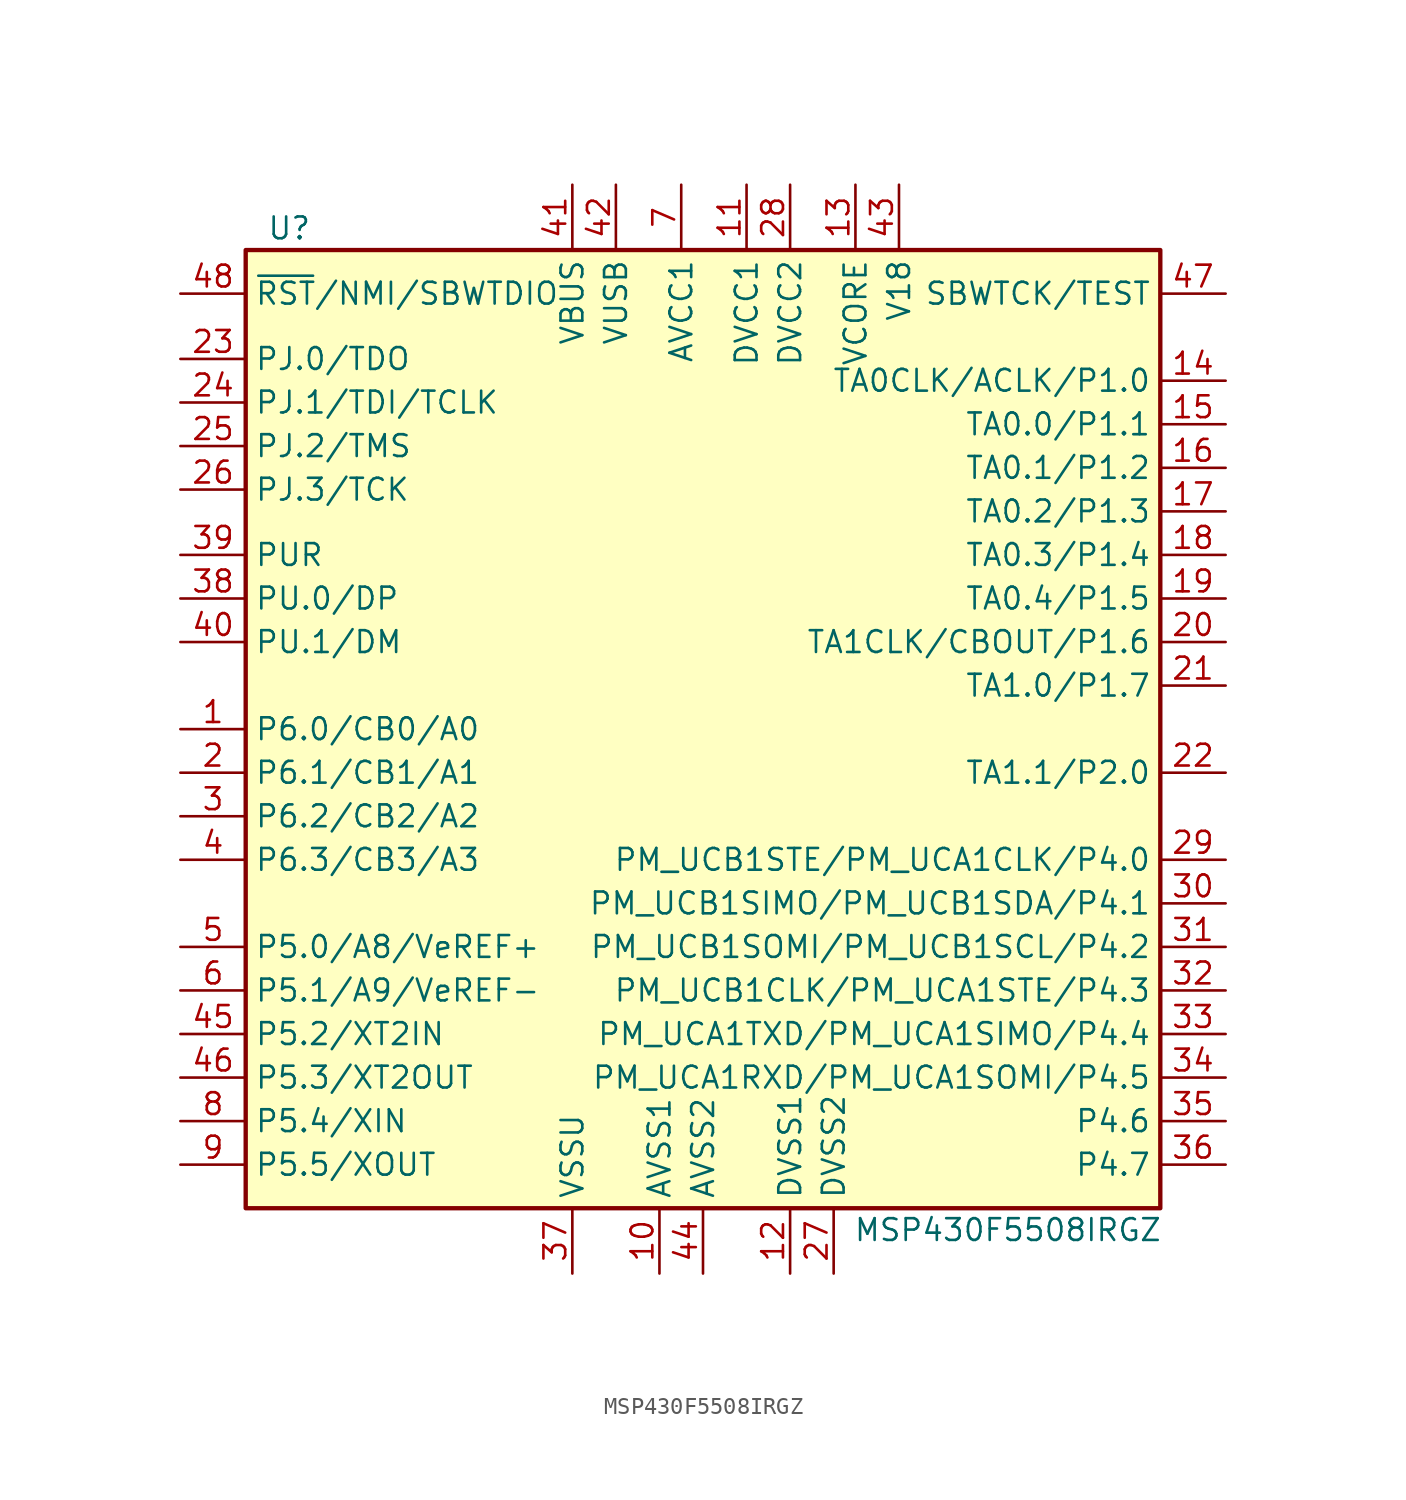
<source format=kicad_sym>
(kicad_symbol_lib
  (version 20201005)
  (generator kicad_symbol_editor)
  (symbol "MCU_Texas_MSP430:MSP430F5508IRGZ"
    (property "Reference" "U"
      (at -22.86 29.21 0)
      (effects (font (size 1.27 1.27))))
    (property "Value" "MSP430F5508IRGZ"
      (at 19.05 -29.21 0)
      (effects (font (size 1.27 1.27))))
    (symbol "MSP430F5508IRGZ_0_1"
      (rectangle (start -25.4 27.94) (end 27.94 -27.94) (stroke (width 0.254)) (fill (type background))))
    (symbol "MSP430F5508IRGZ_1_1"
      (pin bidirectional line (at -29.21 0 0) (length 3.81) (name "P6.0/CB0/A0" (effects (font (size 1.27 1.27)))) (number "1" (effects (font (size 1.27 1.27)))))
      (pin power_in line (at -1.27 -31.75 90) (length 3.81) (name "AVSS1" (effects (font (size 1.27 1.27)))) (number "10" (effects (font (size 1.27 1.27)))))
      (pin power_in line (at 3.81 31.75 270) (length 3.81) (name "DVCC1" (effects (font (size 1.27 1.27)))) (number "11" (effects (font (size 1.27 1.27)))))
      (pin power_in line (at 6.35 -31.75 90) (length 3.81) (name "DVSS1" (effects (font (size 1.27 1.27)))) (number "12" (effects (font (size 1.27 1.27)))))
      (pin passive line (at 10.16 31.75 270) (length 3.81) (name "VCORE" (effects (font (size 1.27 1.27)))) (number "13" (effects (font (size 1.27 1.27)))))
      (pin bidirectional line (at 31.75 20.32 180) (length 3.81) (name "TA0CLK/ACLK/P1.0" (effects (font (size 1.27 1.27)))) (number "14" (effects (font (size 1.27 1.27)))))
      (pin bidirectional line (at 31.75 17.78 180) (length 3.81) (name "TA0.0/P1.1" (effects (font (size 1.27 1.27)))) (number "15" (effects (font (size 1.27 1.27)))))
      (pin bidirectional line (at 31.75 15.24 180) (length 3.81) (name "TA0.1/P1.2" (effects (font (size 1.27 1.27)))) (number "16" (effects (font (size 1.27 1.27)))))
      (pin bidirectional line (at 31.75 12.7 180) (length 3.81) (name "TA0.2/P1.3" (effects (font (size 1.27 1.27)))) (number "17" (effects (font (size 1.27 1.27)))))
      (pin bidirectional line (at 31.75 10.16 180) (length 3.81) (name "TA0.3/P1.4" (effects (font (size 1.27 1.27)))) (number "18" (effects (font (size 1.27 1.27)))))
      (pin bidirectional line (at 31.75 7.62 180) (length 3.81) (name "TA0.4/P1.5" (effects (font (size 1.27 1.27)))) (number "19" (effects (font (size 1.27 1.27)))))
      (pin bidirectional line (at -29.21 -2.54 0) (length 3.81) (name "P6.1/CB1/A1" (effects (font (size 1.27 1.27)))) (number "2" (effects (font (size 1.27 1.27)))))
      (pin bidirectional line (at 31.75 5.08 180) (length 3.81) (name "TA1CLK/CBOUT/P1.6" (effects (font (size 1.27 1.27)))) (number "20" (effects (font (size 1.27 1.27)))))
      (pin bidirectional line (at 31.75 2.54 180) (length 3.81) (name "TA1.0/P1.7" (effects (font (size 1.27 1.27)))) (number "21" (effects (font (size 1.27 1.27)))))
      (pin bidirectional line (at 31.75 -2.54 180) (length 3.81) (name "TA1.1/P2.0" (effects (font (size 1.27 1.27)))) (number "22" (effects (font (size 1.27 1.27)))))
      (pin bidirectional line (at -29.21 21.59 0) (length 3.81) (name "PJ.0/TDO" (effects (font (size 1.27 1.27)))) (number "23" (effects (font (size 1.27 1.27)))))
      (pin bidirectional line (at -29.21 19.05 0) (length 3.81) (name "PJ.1/TDI/TCLK" (effects (font (size 1.27 1.27)))) (number "24" (effects (font (size 1.27 1.27)))))
      (pin bidirectional line (at -29.21 16.51 0) (length 3.81) (name "PJ.2/TMS" (effects (font (size 1.27 1.27)))) (number "25" (effects (font (size 1.27 1.27)))))
      (pin bidirectional line (at -29.21 13.97 0) (length 3.81) (name "PJ.3/TCK" (effects (font (size 1.27 1.27)))) (number "26" (effects (font (size 1.27 1.27)))))
      (pin power_in line (at 8.89 -31.75 90) (length 3.81) (name "DVSS2" (effects (font (size 1.27 1.27)))) (number "27" (effects (font (size 1.27 1.27)))))
      (pin power_in line (at 6.35 31.75 270) (length 3.81) (name "DVCC2" (effects (font (size 1.27 1.27)))) (number "28" (effects (font (size 1.27 1.27)))))
      (pin bidirectional line (at 31.75 -7.62 180) (length 3.81) (name "PM_UCB1STE/PM_UCA1CLK/P4.0" (effects (font (size 1.27 1.27)))) (number "29" (effects (font (size 1.27 1.27)))))
      (pin bidirectional line (at -29.21 -5.08 0) (length 3.81) (name "P6.2/CB2/A2" (effects (font (size 1.27 1.27)))) (number "3" (effects (font (size 1.27 1.27)))))
      (pin bidirectional line (at 31.75 -10.16 180) (length 3.81) (name "PM_UCB1SIMO/PM_UCB1SDA/P4.1" (effects (font (size 1.27 1.27)))) (number "30" (effects (font (size 1.27 1.27)))))
      (pin bidirectional line (at 31.75 -12.7 180) (length 3.81) (name "PM_UCB1SOMI/PM_UCB1SCL/P4.2" (effects (font (size 1.27 1.27)))) (number "31" (effects (font (size 1.27 1.27)))))
      (pin bidirectional line (at 31.75 -15.24 180) (length 3.81) (name "PM_UCB1CLK/PM_UCA1STE/P4.3" (effects (font (size 1.27 1.27)))) (number "32" (effects (font (size 1.27 1.27)))))
      (pin bidirectional line (at 31.75 -17.78 180) (length 3.81) (name "PM_UCA1TXD/PM_UCA1SIMO/P4.4" (effects (font (size 1.27 1.27)))) (number "33" (effects (font (size 1.27 1.27)))))
      (pin bidirectional line (at 31.75 -20.32 180) (length 3.81) (name "PM_UCA1RXD/PM_UCA1SOMI/P4.5" (effects (font (size 1.27 1.27)))) (number "34" (effects (font (size 1.27 1.27)))))
      (pin bidirectional line (at 31.75 -22.86 180) (length 3.81) (name "P4.6" (effects (font (size 1.27 1.27)))) (number "35" (effects (font (size 1.27 1.27)))))
      (pin bidirectional line (at 31.75 -25.4 180) (length 3.81) (name "P4.7" (effects (font (size 1.27 1.27)))) (number "36" (effects (font (size 1.27 1.27)))))
      (pin power_in line (at -6.35 -31.75 90) (length 3.81) (name "VSSU" (effects (font (size 1.27 1.27)))) (number "37" (effects (font (size 1.27 1.27)))))
      (pin bidirectional line (at -29.21 7.62 0) (length 3.81) (name "PU.0/DP" (effects (font (size 1.27 1.27)))) (number "38" (effects (font (size 1.27 1.27)))))
      (pin bidirectional line (at -29.21 10.16 0) (length 3.81) (name "PUR" (effects (font (size 1.27 1.27)))) (number "39" (effects (font (size 1.27 1.27)))))
      (pin bidirectional line (at -29.21 -7.62 0) (length 3.81) (name "P6.3/CB3/A3" (effects (font (size 1.27 1.27)))) (number "4" (effects (font (size 1.27 1.27)))))
      (pin bidirectional line (at -29.21 5.08 0) (length 3.81) (name "PU.1/DM" (effects (font (size 1.27 1.27)))) (number "40" (effects (font (size 1.27 1.27)))))
      (pin power_in line (at -6.35 31.75 270) (length 3.81) (name "VBUS" (effects (font (size 1.27 1.27)))) (number "41" (effects (font (size 1.27 1.27)))))
      (pin power_out line (at -3.81 31.75 270) (length 3.81) (name "VUSB" (effects (font (size 1.27 1.27)))) (number "42" (effects (font (size 1.27 1.27)))))
      (pin passive line (at 12.7 31.75 270) (length 3.81) (name "V18" (effects (font (size 1.27 1.27)))) (number "43" (effects (font (size 1.27 1.27)))))
      (pin power_in line (at 1.27 -31.75 90) (length 3.81) (name "AVSS2" (effects (font (size 1.27 1.27)))) (number "44" (effects (font (size 1.27 1.27)))))
      (pin bidirectional line (at -29.21 -17.78 0) (length 3.81) (name "P5.2/XT2IN" (effects (font (size 1.27 1.27)))) (number "45" (effects (font (size 1.27 1.27)))))
      (pin bidirectional line (at -29.21 -20.32 0) (length 3.81) (name "P5.3/XT2OUT" (effects (font (size 1.27 1.27)))) (number "46" (effects (font (size 1.27 1.27)))))
      (pin input line (at 31.75 25.4 180) (length 3.81) (name "SBWTCK/TEST" (effects (font (size 1.27 1.27)))) (number "47" (effects (font (size 1.27 1.27)))))
      (pin input line (at -29.21 25.4 0) (length 3.81) (name "~RST~/NMI/SBWTDIO" (effects (font (size 1.27 1.27)))) (number "48" (effects (font (size 1.27 1.27)))))
      (pin bidirectional line (at -29.21 -12.7 0) (length 3.81) (name "P5.0/A8/VeREF+" (effects (font (size 1.27 1.27)))) (number "5" (effects (font (size 1.27 1.27)))))
      (pin bidirectional line (at -29.21 -15.24 0) (length 3.81) (name "P5.1/A9/VeREF-" (effects (font (size 1.27 1.27)))) (number "6" (effects (font (size 1.27 1.27)))))
      (pin power_in line (at 0 31.75 270) (length 3.81) (name "AVCC1" (effects (font (size 1.27 1.27)))) (number "7" (effects (font (size 1.27 1.27)))))
      (pin bidirectional line (at -29.21 -22.86 0) (length 3.81) (name "P5.4/XIN" (effects (font (size 1.27 1.27)))) (number "8" (effects (font (size 1.27 1.27)))))
      (pin bidirectional line (at -29.21 -25.4 0) (length 3.81) (name "P5.5/XOUT" (effects (font (size 1.27 1.27)))) (number "9" (effects (font (size 1.27 1.27))))))))
</source>
